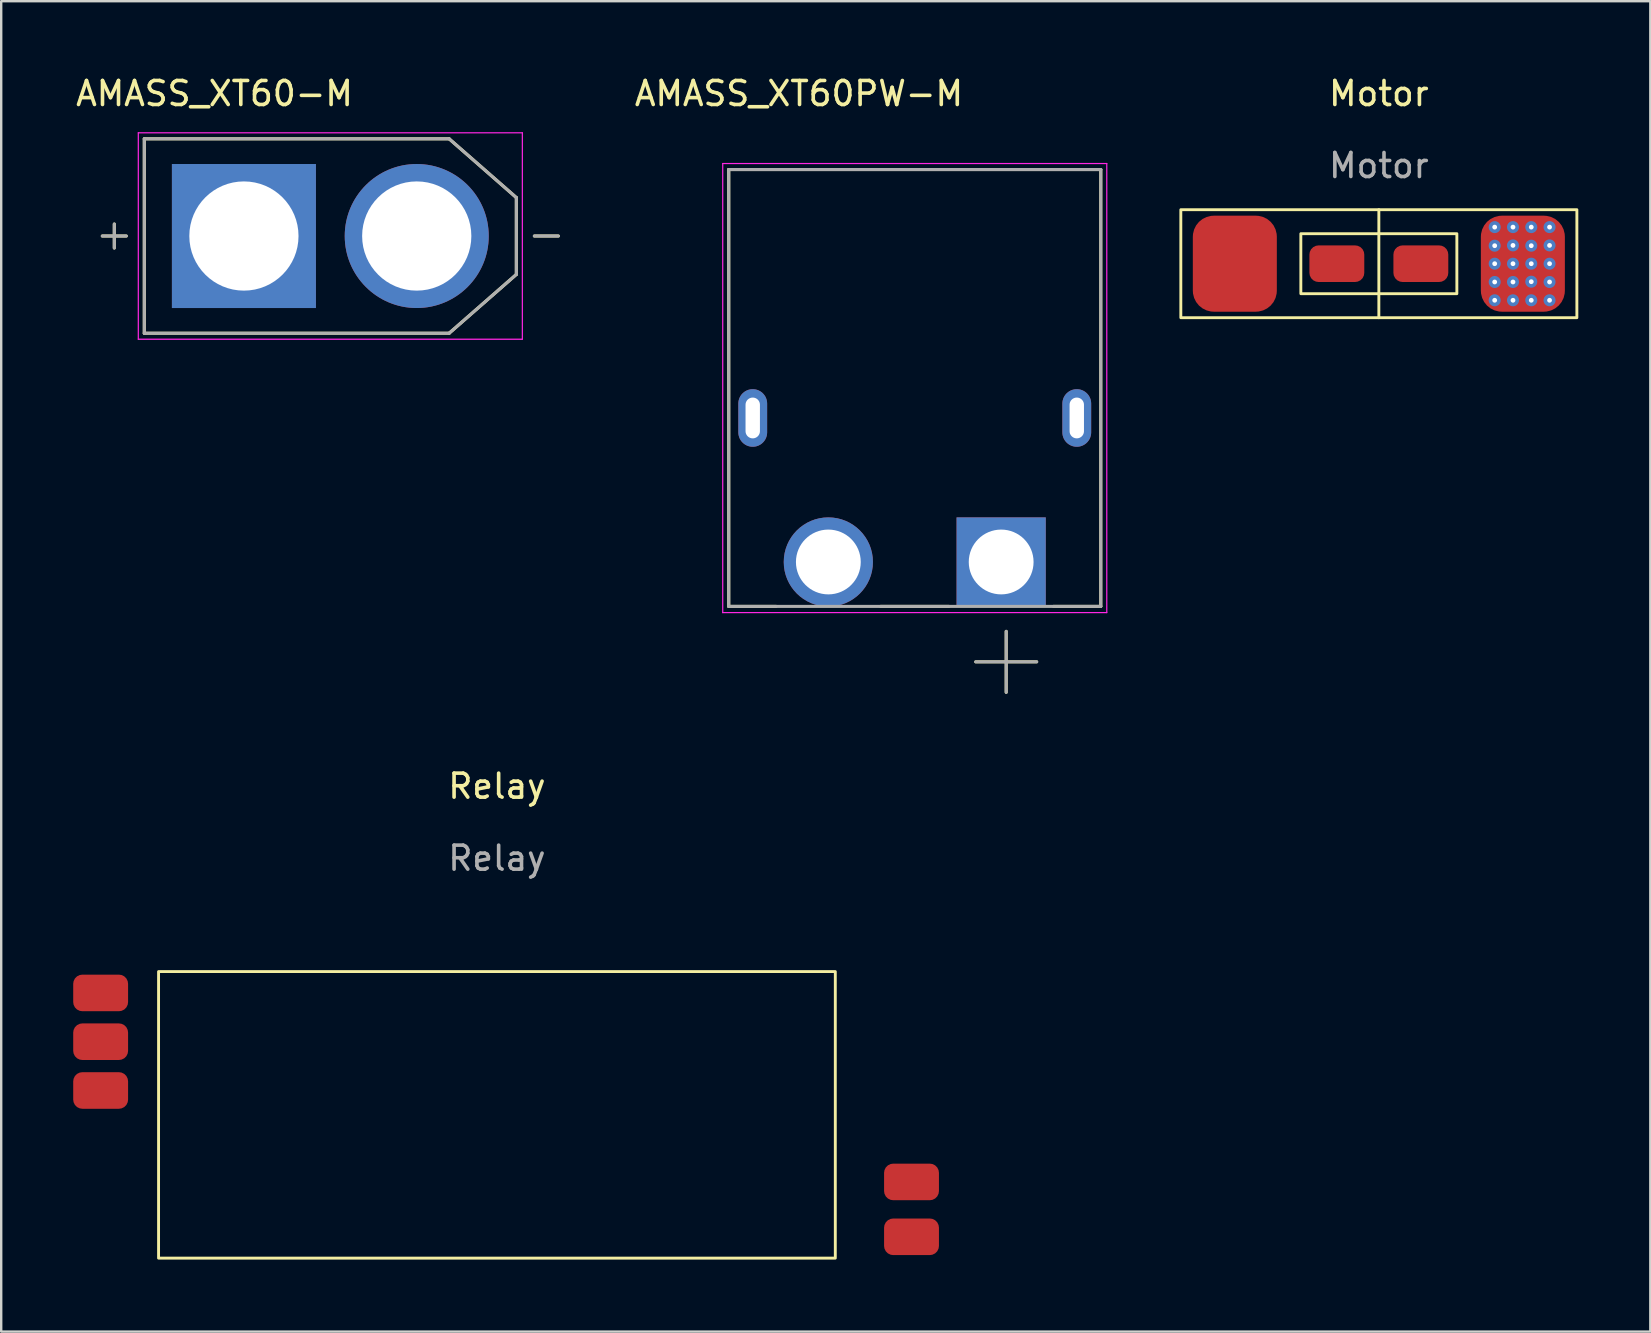
<source format=kicad_pcb>
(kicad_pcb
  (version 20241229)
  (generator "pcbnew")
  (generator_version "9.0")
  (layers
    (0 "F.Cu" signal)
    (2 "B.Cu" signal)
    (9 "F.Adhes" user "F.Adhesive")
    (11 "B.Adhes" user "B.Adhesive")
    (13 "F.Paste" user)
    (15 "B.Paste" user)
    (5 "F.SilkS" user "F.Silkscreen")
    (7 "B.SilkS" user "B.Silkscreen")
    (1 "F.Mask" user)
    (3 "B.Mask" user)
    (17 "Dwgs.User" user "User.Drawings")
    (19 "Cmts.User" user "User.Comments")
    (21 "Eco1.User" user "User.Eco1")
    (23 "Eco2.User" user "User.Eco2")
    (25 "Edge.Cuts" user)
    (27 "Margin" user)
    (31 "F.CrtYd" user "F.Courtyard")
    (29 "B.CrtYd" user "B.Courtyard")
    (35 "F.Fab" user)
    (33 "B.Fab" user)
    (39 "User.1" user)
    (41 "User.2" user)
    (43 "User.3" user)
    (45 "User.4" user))
  (footprint "Motor"
    (layer "F.Cu")
    (at 54.395 7.936)
    (property "Reference" "Motor" (at 0 -7.088 0) (unlocked yes) (layer "F.SilkS") (effects (font (size 1 1) (thickness 0.15))))
    (attr smd)
    (fp_line (start 0 -2.25) (end 0 2.25) (stroke (width 0.12) (type solid)) (layer "F.SilkS"))
    (fp_rect (start -8.25 -2.25) (end 8.25 2.25) (stroke (width 0.12) (type solid)) (fill no) (layer "F.SilkS"))
    (fp_rect (start 3.25 -1.25) (end -3.25 1.25) (stroke (width 0.12) (type solid)) (fill no) (layer "F.SilkS"))
    (fp_text user "${REFERENCE}" (at 0 -4.088 0) (unlocked yes) (layer "F.Fab") (effects (font (size 1 1) (thickness 0.15))))
    (pad "" thru_hole circle (at 4.826 -1.524) (size 0.5 0.5) (drill 0.2) (layers "*.Cu" "*.Mask"))
    (pad "" thru_hole circle (at 4.826 -0.75) (size 0.5 0.5) (drill 0.2) (layers "*.Cu" "*.Mask"))
    (pad "" thru_hole circle (at 4.826 0) (size 0.5 0.5) (drill 0.2) (layers "*.Cu" "*.Mask"))
    (pad "" thru_hole circle (at 4.826 0.762) (size 0.5 0.5) (drill 0.2) (layers "*.Cu" "*.Mask"))
    (pad "" thru_hole circle (at 4.826 1.524) (size 0.5 0.5) (drill 0.2) (layers "*.Cu" "*.Mask"))
    (pad "" thru_hole circle (at 5.588 -1.524) (size 0.5 0.5) (drill 0.2) (layers "*.Cu" "*.Mask"))
    (pad "" thru_hole circle (at 5.588 -0.762) (size 0.5 0.5) (drill 0.2) (layers "*.Cu" "*.Mask"))
    (pad "" thru_hole circle (at 5.588 0) (size 0.5 0.5) (drill 0.2) (layers "*.Cu" "*.Mask"))
    (pad "" thru_hole circle (at 5.588 0.762) (size 0.5 0.5) (drill 0.2) (layers "*.Cu" "*.Mask"))
    (pad "" thru_hole circle (at 5.588 1.524) (size 0.5 0.5) (drill 0.2) (layers "*.Cu" "*.Mask"))
    (pad "" thru_hole circle (at 6.35 -1.524) (size 0.5 0.5) (drill 0.2) (layers "*.Cu" "*.Mask"))
    (pad "" thru_hole circle (at 6.35 -0.75) (size 0.5 0.5) (drill 0.2) (layers "*.Cu" "*.Mask"))
    (pad "" thru_hole circle (at 6.35 0) (size 0.5 0.5) (drill 0.2) (layers "*.Cu" "*.Mask"))
    (pad "" thru_hole circle (at 6.35 0.75) (size 0.5 0.5) (drill 0.2) (layers "*.Cu" "*.Mask"))
    (pad "" thru_hole circle (at 6.35 1.524) (size 0.5 0.5) (drill 0.2) (layers "*.Cu" "*.Mask"))
    (pad "" thru_hole circle (at 7.112 -1.524) (size 0.5 0.5) (drill 0.2) (layers "*.Cu" "*.Mask"))
    (pad "" thru_hole circle (at 7.112 -0.762) (size 0.5 0.5) (drill 0.2) (layers "*.Cu" "*.Mask"))
    (pad "" thru_hole circle (at 7.112 0) (size 0.5 0.5) (drill 0.2) (layers "*.Cu" "*.Mask"))
    (pad "" thru_hole circle (at 7.112 0.762) (size 0.5 0.5) (drill 0.2) (layers "*.Cu" "*.Mask"))
    (pad "" thru_hole circle (at 7.112 1.524) (size 0.5 0.5) (drill 0.2) (layers "*.Cu" "*.Mask"))
    (pad "+" smd roundrect (at 6 0) (size 3.5 4) (layers "F.Cu" "F.Mask" "F.Paste") (roundrect_rratio 0.25))
    (pad "-" smd roundrect (at -6 0) (size 3.5 4) (layers "F.Cu" "F.Mask" "F.Paste") (roundrect_rratio 0.25))
    (pad "G" smd roundrect (at -1.75 0) (size 2.286 1.524) (layers "F.Cu" "F.Mask" "F.Paste") (roundrect_rratio 0.25))
    (pad "S" smd roundrect (at 1.75 0) (size 2.286 1.524) (layers "F.Cu" "F.Mask" "F.Paste") (roundrect_rratio 0.25)))
  (footprint "AMASS_XT60PW-M"
    (layer "F.Cu")
    (at 35.06 14.363)
    (property "Reference" "AMASS_XT60PW-M" (at -4.824 -13.515 0) (layer "F.SilkS") (effects (font (size 1 1) (thickness 0.15))))
    (attr through_hole)
    (fp_line (start -7.75 -10.35) (end -7.75 7.85) (stroke (width 0.127) (type solid)) (layer "F.SilkS"))
    (fp_line (start -7.75 7.85) (end -5.778 7.85) (stroke (width 0.127) (type solid)) (layer "F.SilkS"))
    (fp_line (start -1.422 7.85) (end 1.422 7.85) (stroke (width 0.127) (type solid)) (layer "F.SilkS"))
    (fp_line (start 2.54 10.16) (end 3.81 10.16) (stroke (width 0.127) (type solid)) (layer "F.SilkS"))
    (fp_line (start 3.81 10.16) (end 3.81 8.89) (stroke (width 0.127) (type solid)) (layer "F.SilkS"))
    (fp_line (start 3.81 10.16) (end 3.81 11.43) (stroke (width 0.127) (type solid)) (layer "F.SilkS"))
    (fp_line (start 5.08 10.16) (end 3.81 10.16) (stroke (width 0.127) (type solid)) (layer "F.SilkS"))
    (fp_line (start 7.75 -10.35) (end -7.75 -10.35) (stroke (width 0.127) (type solid)) (layer "F.SilkS"))
    (fp_line (start 7.75 7.85) (end 5.778 7.85) (stroke (width 0.127) (type solid)) (layer "F.SilkS"))
    (fp_line (start 7.75 7.85) (end 7.75 -10.35) (stroke (width 0.127) (type solid)) (layer "F.SilkS"))
    (fp_line (start -8 -10.6) (end -8 8.11) (stroke (width 0.05) (type solid)) (layer "F.CrtYd"))
    (fp_line (start -8 8.11) (end 8 8.11) (stroke (width 0.05) (type solid)) (layer "F.CrtYd"))
    (fp_line (start 8 -10.6) (end -8 -10.6) (stroke (width 0.05) (type solid)) (layer "F.CrtYd"))
    (fp_line (start 8 8.11) (end 8 -10.6) (stroke (width 0.05) (type solid)) (layer "F.CrtYd"))
    (fp_line (start -7.75 -10.35) (end -7.75 7.85) (stroke (width 0.127) (type solid)) (layer "F.Fab"))
    (fp_line (start -7.75 7.85) (end 7.75 7.85) (stroke (width 0.127) (type solid)) (layer "F.Fab"))
    (fp_line (start 2.54 10.16) (end 3.81 10.16) (stroke (width 0.127) (type solid)) (layer "F.Fab"))
    (fp_line (start 3.81 10.16) (end 3.81 8.89) (stroke (width 0.127) (type solid)) (layer "F.Fab"))
    (fp_line (start 3.81 10.16) (end 3.81 11.43) (stroke (width 0.127) (type solid)) (layer "F.Fab"))
    (fp_line (start 5.08 10.16) (end 3.81 10.16) (stroke (width 0.127) (type solid)) (layer "F.Fab"))
    (fp_line (start 7.75 -10.35) (end -7.75 -10.35) (stroke (width 0.127) (type solid)) (layer "F.Fab"))
    (fp_line (start 7.75 7.85) (end 7.75 -10.35) (stroke (width 0.127) (type solid)) (layer "F.Fab"))
    (pad "1" thru_hole rect (at 3.6 6) (size 3.716 3.716) (drill 2.7) (layers "*.Cu" "*.Mask"))
    (pad "2" thru_hole circle (at -3.6 6) (size 3.716 3.716) (drill 2.7) (layers "*.Cu" "*.Mask"))
    (pad "S1" thru_hole oval (at 6.75 0) (size 1.2 2.4) (drill oval 0.6 1.7) (layers "*.Cu" "*.Mask"))
    (pad "S2" thru_hole oval (at -6.75 0) (size 1.2 2.4) (drill oval 0.6 1.7) (layers "*.Cu" "*.Mask")))
  (footprint "Relay"
    (layer "F.Cu")
    (at 17.653 43.397)
    (property "Reference" "Relay" (at 0 -13.692 0) (unlocked yes) (layer "F.SilkS") (effects (font (size 1 1) (thickness 0.15))))
    (attr smd)
    (fp_rect (start -14.097 -5.969) (end 14.097 5.969) (stroke (width 0.12) (type solid)) (fill no) (layer "F.SilkS"))
    (fp_text user "${REFERENCE}" (at 0 -10.692 0) (unlocked yes) (layer "F.Fab") (effects (font (size 1 1) (thickness 0.15))))
    (pad "1" smd roundrect (at 17.272 2.794) (size 2.286 1.524) (layers "F.Cu" "F.Mask" "F.Paste") (roundrect_rratio 0.25))
    (pad "2" smd roundrect (at 17.272 5.08) (size 2.286 1.524) (layers "F.Cu" "F.Mask" "F.Paste") (roundrect_rratio 0.25))
    (pad "3" smd roundrect (at -16.51 -5.08) (size 2.286 1.524) (layers "F.Cu" "F.Mask" "F.Paste") (roundrect_rratio 0.25))
    (pad "4" smd roundrect (at -16.51 -3.048) (size 2.286 1.524) (layers "F.Cu" "F.Mask" "F.Paste") (roundrect_rratio 0.25))
    (pad "5" smd roundrect (at -16.51 -1.016) (size 2.286 1.524) (layers "F.Cu" "F.Mask" "F.Paste") (roundrect_rratio 0.25)))
  (footprint "AMASS_XT60-M"
    (layer "F.Cu")
    (at 10.712 6.783)
    (property "Reference" "AMASS_XT60-M" (at -4.825 -5.935 0) (layer "F.SilkS") (effects (font (size 1 1) (thickness 0.15))))
    (attr through_hole)
    (fp_line (start -9.5 0) (end -8.5 0) (stroke (width 0.127) (type solid)) (layer "F.SilkS"))
    (fp_line (start -9 -0.5) (end -9 0.5) (stroke (width 0.127) (type solid)) (layer "F.SilkS"))
    (fp_line (start -7.75 -4.05) (end 4.95 -4.05) (stroke (width 0.127) (type solid)) (layer "F.SilkS"))
    (fp_line (start -7.75 4.05) (end -7.75 -4.05) (stroke (width 0.127) (type solid)) (layer "F.SilkS"))
    (fp_line (start 4.95 -4.05) (end 7.75 -1.6) (stroke (width 0.127) (type solid)) (layer "F.SilkS"))
    (fp_line (start 4.95 4.05) (end -7.75 4.05) (stroke (width 0.127) (type solid)) (layer "F.SilkS"))
    (fp_line (start 7.75 -1.6) (end 7.75 1.6) (stroke (width 0.127) (type solid)) (layer "F.SilkS"))
    (fp_line (start 7.75 1.6) (end 4.95 4.05) (stroke (width 0.127) (type solid)) (layer "F.SilkS"))
    (fp_line (start 8.5 0) (end 9.5 0) (stroke (width 0.127) (type solid)) (layer "F.SilkS"))
    (fp_line (start -8 -4.3) (end -8 4.3) (stroke (width 0.05) (type solid)) (layer "F.CrtYd"))
    (fp_line (start -8 4.3) (end 8 4.3) (stroke (width 0.05) (type solid)) (layer "F.CrtYd"))
    (fp_line (start 8 -4.3) (end -8 -4.3) (stroke (width 0.05) (type solid)) (layer "F.CrtYd"))
    (fp_line (start 8 4.3) (end 8 -4.3) (stroke (width 0.05) (type solid)) (layer "F.CrtYd"))
    (fp_line (start -9.5 0) (end -8.5 0) (stroke (width 0.127) (type solid)) (layer "F.Fab"))
    (fp_line (start -9 -0.5) (end -9 0.5) (stroke (width 0.127) (type solid)) (layer "F.Fab"))
    (fp_line (start -7.75 -4.05) (end 4.95 -4.05) (stroke (width 0.127) (type solid)) (layer "F.Fab"))
    (fp_line (start -7.75 4.05) (end -7.75 -4.05) (stroke (width 0.127) (type solid)) (layer "F.Fab"))
    (fp_line (start 4.95 -4.05) (end 7.75 -1.6) (stroke (width 0.127) (type solid)) (layer "F.Fab"))
    (fp_line (start 4.95 4.05) (end -7.75 4.05) (stroke (width 0.127) (type solid)) (layer "F.Fab"))
    (fp_line (start 7.75 -1.6) (end 7.75 1.6) (stroke (width 0.127) (type solid)) (layer "F.Fab"))
    (fp_line (start 7.75 1.6) (end 4.95 4.05) (stroke (width 0.127) (type solid)) (layer "F.Fab"))
    (fp_line (start 8.5 0) (end 9.5 0) (stroke (width 0.127) (type solid)) (layer "F.Fab"))
    (pad "N" thru_hole circle (at 3.6 0) (size 6 6) (drill 4.55) (layers "*.Cu" "*.Mask"))
    (pad "P" thru_hole rect (at -3.6 0) (size 6 6) (drill 4.55) (layers "*.Cu" "*.Mask")))
  (gr_rect
    (start -3 -3)
    (end 65.705 52.426)
    (stroke (width 0.1) (type default))
    (fill no)
    (layer "Edge.Cuts")))
</source>
